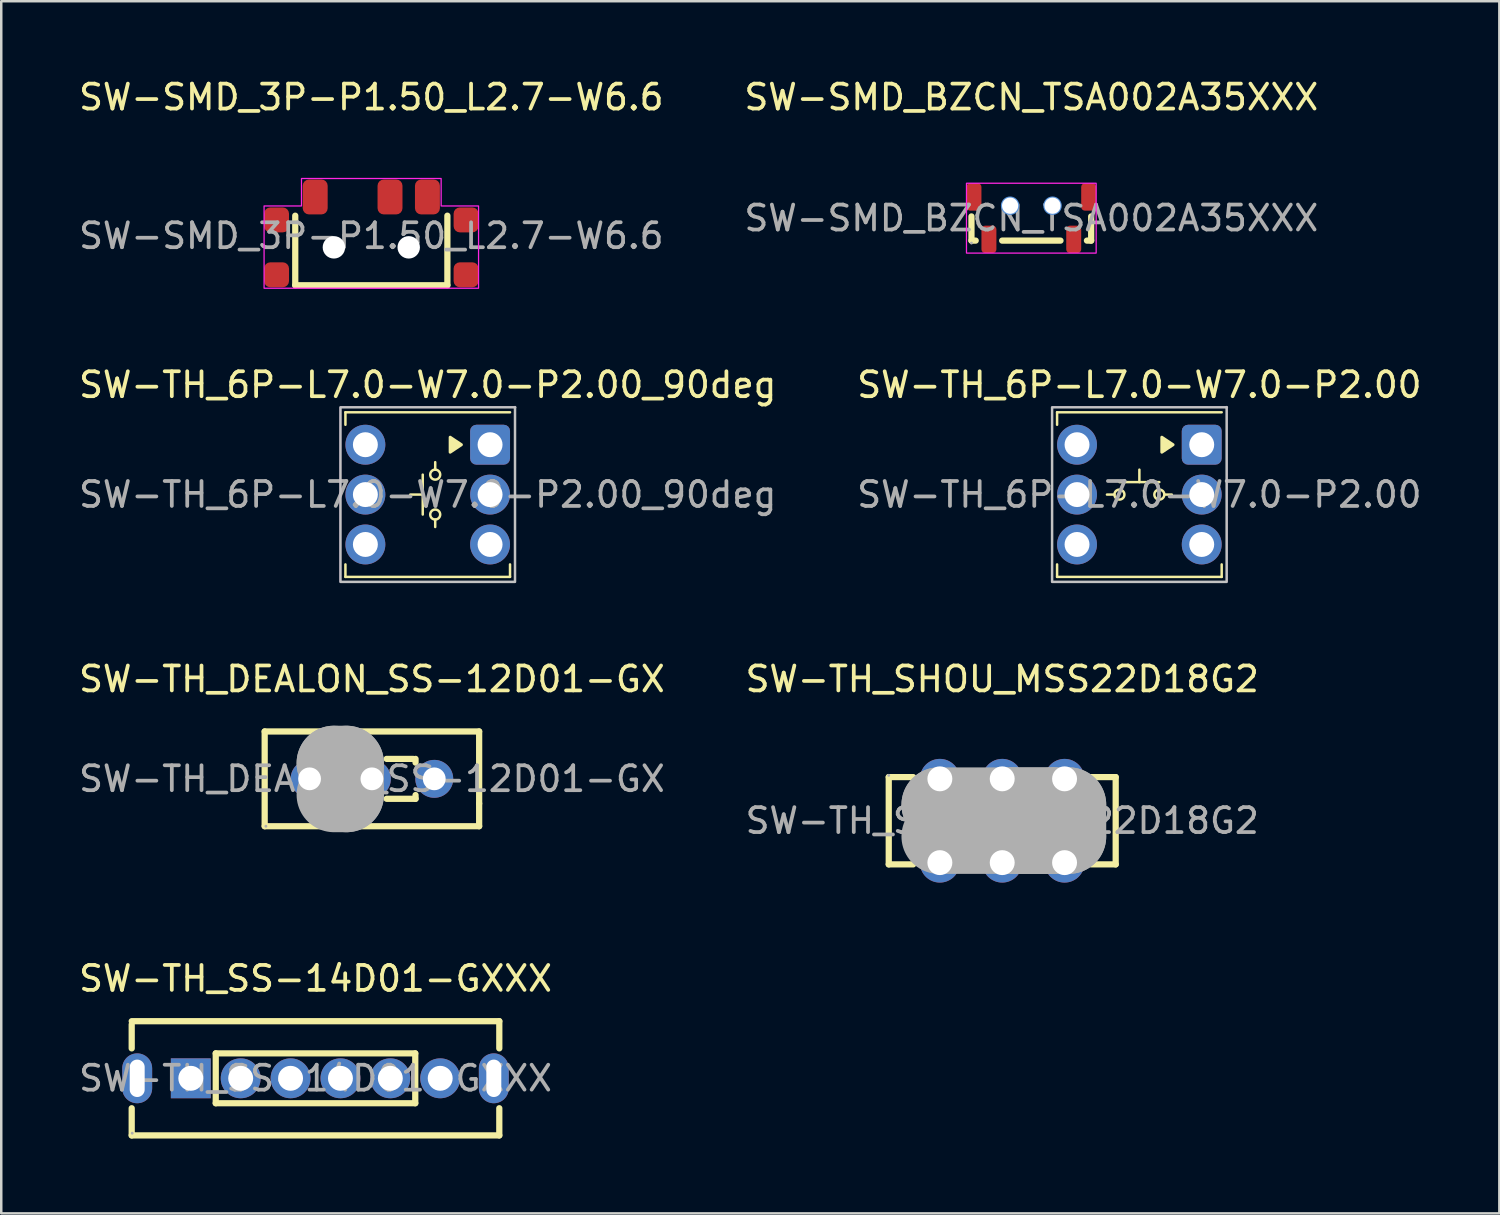
<source format=kicad_pcb>
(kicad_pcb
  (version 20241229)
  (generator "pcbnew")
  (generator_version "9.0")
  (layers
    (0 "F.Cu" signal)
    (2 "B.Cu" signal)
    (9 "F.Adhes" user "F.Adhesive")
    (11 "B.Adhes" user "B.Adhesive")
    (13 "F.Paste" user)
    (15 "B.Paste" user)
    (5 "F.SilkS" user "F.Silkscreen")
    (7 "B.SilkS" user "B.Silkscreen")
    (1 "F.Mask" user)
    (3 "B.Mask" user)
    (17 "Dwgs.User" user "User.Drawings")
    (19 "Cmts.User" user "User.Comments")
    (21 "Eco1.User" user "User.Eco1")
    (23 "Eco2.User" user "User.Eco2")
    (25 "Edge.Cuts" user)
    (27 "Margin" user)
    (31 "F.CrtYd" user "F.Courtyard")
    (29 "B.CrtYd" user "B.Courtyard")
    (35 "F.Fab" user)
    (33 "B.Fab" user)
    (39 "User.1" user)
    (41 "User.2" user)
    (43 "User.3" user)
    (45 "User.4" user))
  (footprint "SW-TH_6P-L7.0-W7.0-P2.00"
    (layer "F.Cu")
    (at 42.637 16.782)
    (property "Reference" "SW-TH_6P-L7.0-W7.0-P2.00" (at 0 -4.4 0) (layer "F.SilkS") (effects (font (size 1 1) (thickness 0.15))))
    (attr through_hole)
    (fp_line (start -3.3 -3.3) (end -3.3 -2.8) (stroke (width 0.1) (type default)) (layer "F.SilkS"))
    (fp_line (start -3.3 3.3) (end -3.3 2.8) (stroke (width 0.1) (type default)) (layer "F.SilkS"))
    (fp_line (start -3.3 3.3) (end 3.3 3.3) (stroke (width 0.1) (type default)) (layer "F.SilkS"))
    (fp_line (start -1 0) (end -1.3 0) (stroke (width 0.1) (type default)) (layer "F.SilkS"))
    (fp_line (start 0 -1) (end 0 -0.5) (stroke (width 0.1) (type default)) (layer "F.SilkS"))
    (fp_line (start 0.8 -0.5) (end -0.8 -0.5) (stroke (width 0.1) (type default)) (layer "F.SilkS"))
    (fp_line (start 1 0) (end 1.3 0) (stroke (width 0.1) (type default)) (layer "F.SilkS"))
    (fp_line (start 3.3 -3.3) (end -3.3 -3.3) (stroke (width 0.1) (type default)) (layer "F.SilkS"))
    (fp_line (start 3.3 3.3) (end 3.3 2.8) (stroke (width 0.1) (type default)) (layer "F.SilkS"))
    (fp_circle (center -0.8 0) (end -0.8 0.2) (stroke (width 0.1) (type default)) (fill no) (layer "F.SilkS"))
    (fp_circle (center 0.8 0) (end 0.8 0.2) (stroke (width 0.1) (type default)) (fill no) (layer "F.SilkS"))
    (fp_poly (pts (xy 0.9 -1.7) (xy 0.9 -2.3) (xy 1.35 -2)) (stroke (width 0.12) (type solid)) (fill yes) (layer "F.SilkS"))
    (fp_rect (start -3.5 -3.5) (end 3.5 3.5) (stroke (width 0.1) (type default)) (fill no) (layer "Dwgs.User"))
    (fp_rect (start -3.5 -3.5) (end 3.5 3.5) (stroke (width 0.05) (type default)) (fill no) (layer "F.CrtYd"))
    (fp_circle (center 3.5 -3.5) (end 3.53 -3.5) (stroke (width 0.06) (type solid)) (fill no) (layer "F.Fab"))
    (fp_text user "${REFERENCE}" (at 0 0 0) (layer "F.Fab") (effects (font (size 1 1) (thickness 0.15))))
    (pad "1" thru_hole roundrect (at 2.5 -2 90) (size 1.6 1.6) (drill 1) (layers "*.Cu" "*.Mask") (roundrect_rratio 0.156))
    (pad "2" thru_hole circle (at 2.5 0 90) (size 1.6 1.6) (drill 1) (layers "*.Cu" "*.Mask"))
    (pad "3" thru_hole circle (at 2.5 2 90) (size 1.6 1.6) (drill 1) (layers "*.Cu" "*.Mask"))
    (pad "4" thru_hole circle (at -2.5 -2 90) (size 1.6 1.6) (drill 1) (layers "*.Cu" "*.Mask"))
    (pad "5" thru_hole circle (at -2.5 0 90) (size 1.6 1.6) (drill 1) (layers "*.Cu" "*.Mask"))
    (pad "6" thru_hole circle (at -2.5 2 90) (size 1.6 1.6) (drill 1) (layers "*.Cu" "*.Mask")))
  (footprint "SW-TH_SHOU_MSS22D18G2"
    (layer "F.Cu")
    (at 37.137 29.86)
    (property "Reference" "SW-TH_SHOU_MSS22D18G2" (at 0 -5.68 0) (layer "F.SilkS") (effects (font (size 1 1) (thickness 0.15))))
    (attr through_hole)
    (fp_line (start -4.55 -1.75) (end -4.55 1.75) (stroke (width 0.25) (type solid)) (layer "F.SilkS"))
    (fp_line (start -4.55 -1.75) (end -3.57 -1.75) (stroke (width 0.25) (type solid)) (layer "F.SilkS"))
    (fp_line (start -4.55 1.75) (end -3.57 1.75) (stroke (width 0.25) (type solid)) (layer "F.SilkS"))
    (fp_line (start -1.51 -1.75) (end -1.03 -1.75) (stroke (width 0.25) (type solid)) (layer "F.SilkS"))
    (fp_line (start -1.51 1.75) (end -1.03 1.75) (stroke (width 0.25) (type solid)) (layer "F.SilkS"))
    (fp_line (start 1.03 -1.75) (end 1.51 -1.75) (stroke (width 0.25) (type solid)) (layer "F.SilkS"))
    (fp_line (start 1.03 1.75) (end 1.51 1.75) (stroke (width 0.25) (type solid)) (layer "F.SilkS"))
    (fp_line (start 3.57 -1.75) (end 4.55 -1.75) (stroke (width 0.25) (type solid)) (layer "F.SilkS"))
    (fp_line (start 3.57 1.75) (end 4.55 1.75) (stroke (width 0.25) (type solid)) (layer "F.SilkS"))
    (fp_line (start 4.55 -1.75) (end 4.55 1.75) (stroke (width 0.25) (type solid)) (layer "F.SilkS"))
    (fp_line (start -2.54 -0.64) (end -2.54 -0.64) (stroke (width 3) (type solid)) (layer "F.Fab"))
    (fp_line (start -2.54 -0.64) (end 2.67 -0.64) (stroke (width 3) (type solid)) (layer "F.Fab"))
    (fp_line (start 0.38 -0.64) (end 0.38 -0.64) (stroke (width 3) (type solid)) (layer "F.Fab"))
    (fp_line (start 0.38 -0.64) (end 2.03 -0.64) (stroke (width 3) (type solid)) (layer "F.Fab"))
    (fp_line (start 2.03 -0.64) (end 2.03 0.63) (stroke (width 3) (type solid)) (layer "F.Fab"))
    (fp_line (start 2.03 0.63) (end 0.38 0.63) (stroke (width 3) (type solid)) (layer "F.Fab"))
    (fp_line (start 2.67 -0.64) (end 2.67 0.63) (stroke (width 3) (type solid)) (layer "F.Fab"))
    (fp_line (start 2.67 0.63) (end -2.54 0.63) (stroke (width 3) (type solid)) (layer "F.Fab"))
    (fp_circle (center -4.55 -1.82) (end -4.52 -1.82) (stroke (width 0.06) (type solid)) (fill no) (layer "F.Fab"))
    (fp_text user "${REFERENCE}" (at 0 0 0) (layer "F.Fab") (effects (font (size 1 1) (thickness 0.15))))
    (pad "1" thru_hole circle (at -2.5 -1.68) (size 1.6 1.6) (drill 1) (layers "*.Cu" "*.Mask"))
    (pad "2" thru_hole circle (at 0 -1.68) (size 1.6 1.6) (drill 1) (layers "*.Cu" "*.Mask"))
    (pad "3" thru_hole circle (at 2.5 -1.68) (size 1.6 1.6) (drill 1) (layers "*.Cu" "*.Mask"))
    (pad "4" thru_hole circle (at -2.5 1.68) (size 1.6 1.6) (drill 1) (layers "*.Cu" "*.Mask"))
    (pad "5" thru_hole circle (at 0 1.68) (size 1.6 1.6) (drill 1) (layers "*.Cu" "*.Mask"))
    (pad "6" thru_hole circle (at 2.5 1.68) (size 1.6 1.6) (drill 1) (layers "*.Cu" "*.Mask")))
  (footprint "SW-TH_SS-14D01-GXXX"
    (layer "F.Cu")
    (at 9.601 40.188)
    (property "Reference" "SW-TH_SS-14D01-GXXX" (at 0 -4 0) (layer "F.SilkS") (effects (font (size 1 1) (thickness 0.15))))
    (attr through_hole)
    (fp_line (start -7.37 -2.16) (end -7.37 -1.2) (stroke (width 0.25) (type solid)) (layer "F.SilkS"))
    (fp_line (start -7.37 1.2) (end -7.37 2.29) (stroke (width 0.25) (type solid)) (layer "F.SilkS"))
    (fp_line (start -7.37 2.29) (end 7.37 2.29) (stroke (width 0.25) (type solid)) (layer "F.SilkS"))
    (fp_line (start -4 -1) (end -4 1) (stroke (width 0.25) (type solid)) (layer "F.SilkS"))
    (fp_line (start -4 1) (end 4 1) (stroke (width 0.25) (type solid)) (layer "F.SilkS"))
    (fp_line (start 4 -1) (end -4 -1) (stroke (width 0.25) (type solid)) (layer "F.SilkS"))
    (fp_line (start 4 1) (end 4 -1) (stroke (width 0.25) (type solid)) (layer "F.SilkS"))
    (fp_line (start 7.37 -2.29) (end -7.37 -2.29) (stroke (width 0.25) (type solid)) (layer "F.SilkS"))
    (fp_line (start 7.37 -1.2) (end 7.37 -2.29) (stroke (width 0.25) (type solid)) (layer "F.SilkS"))
    (fp_line (start 7.37 2.29) (end 7.37 1.2) (stroke (width 0.25) (type solid)) (layer "F.SilkS"))
    (fp_circle (center -7.35 2.2) (end -7.32 2.2) (stroke (width 0.06) (type solid)) (fill no) (layer "F.Fab"))
    (fp_text user "${REFERENCE}" (at 0 0 0) (layer "F.Fab") (effects (font (size 1 1) (thickness 0.15))))
    (pad "1" thru_hole rect (at -5 0) (size 1.6 1.6) (drill 1) (layers "*.Cu" "*.Mask"))
    (pad "2" thru_hole circle (at -3 0) (size 1.6 1.6) (drill 1) (layers "*.Cu" "*.Mask"))
    (pad "3" thru_hole circle (at -1 0) (size 1.6 1.6) (drill 1) (layers "*.Cu" "*.Mask"))
    (pad "4" thru_hole circle (at 1 0) (size 1.6 1.6) (drill 1) (layers "*.Cu" "*.Mask"))
    (pad "5" thru_hole circle (at 3 0) (size 1.6 1.6) (drill 1) (layers "*.Cu" "*.Mask"))
    (pad "6" thru_hole circle (at 5 0) (size 1.6 1.6) (drill 1) (layers "*.Cu" "*.Mask"))
    (pad "7" thru_hole oval (at 7.15 0) (size 1.2 2) (drill oval 0.6 1.5) (layers "*.Cu" "*.Mask"))
    (pad "8" thru_hole oval (at -7.15 0) (size 1.2 2) (drill oval 0.6 1.5) (layers "*.Cu" "*.Mask")))
  (footprint "SW-TH_6P-L7.0-W7.0-P2.00_90deg"
    (layer "F.Cu")
    (at 14.101 16.782)
    (property "Reference" "SW-TH_6P-L7.0-W7.0-P2.00_90deg" (at 0 -4.4 0) (layer "F.SilkS") (effects (font (size 1 1) (thickness 0.15))))
    (attr through_hole)
    (fp_line (start -3.3 -3.3) (end -3.3 -2.8) (stroke (width 0.1) (type default)) (layer "F.SilkS"))
    (fp_line (start -3.3 3.3) (end -3.3 2.8) (stroke (width 0.1) (type default)) (layer "F.SilkS"))
    (fp_line (start -3.3 3.3) (end 3.3 3.3) (stroke (width 0.1) (type default)) (layer "F.SilkS"))
    (fp_line (start -0.7 0) (end -0.2 0) (stroke (width 0.1) (type default)) (layer "F.SilkS"))
    (fp_line (start -0.2 -0.8) (end -0.2 0.8) (stroke (width 0.1) (type default)) (layer "F.SilkS"))
    (fp_line (start 0.3 -1) (end 0.3 -1.3) (stroke (width 0.1) (type default)) (layer "F.SilkS"))
    (fp_line (start 0.3 1) (end 0.3 1.3) (stroke (width 0.1) (type default)) (layer "F.SilkS"))
    (fp_line (start 3.3 -3.3) (end -3.3 -3.3) (stroke (width 0.1) (type default)) (layer "F.SilkS"))
    (fp_line (start 3.3 3.3) (end 3.3 2.8) (stroke (width 0.1) (type default)) (layer "F.SilkS"))
    (fp_circle (center 0.3 -0.8) (end 0.5 -0.8) (stroke (width 0.1) (type default)) (fill no) (layer "F.SilkS"))
    (fp_circle (center 0.3 0.8) (end 0.5 0.8) (stroke (width 0.1) (type default)) (fill no) (layer "F.SilkS"))
    (fp_poly (pts (xy 0.9 -1.7) (xy 0.9 -2.3) (xy 1.35 -2)) (stroke (width 0.12) (type solid)) (fill yes) (layer "F.SilkS"))
    (fp_rect (start -3.5 -3.5) (end 3.5 3.5) (stroke (width 0.1) (type default)) (fill no) (layer "Dwgs.User"))
    (fp_rect (start -3.5 -3.5) (end 3.5 3.5) (stroke (width 0.05) (type default)) (fill no) (layer "F.CrtYd"))
    (fp_circle (center 3.5 -3.5) (end 3.53 -3.5) (stroke (width 0.06) (type solid)) (fill no) (layer "F.Fab"))
    (fp_text user "${REFERENCE}" (at 0 0 0) (layer "F.Fab") (effects (font (size 1 1) (thickness 0.15))))
    (pad "1" thru_hole roundrect (at 2.5 -2 90) (size 1.6 1.6) (drill 1) (layers "*.Cu" "*.Mask") (roundrect_rratio 0.156))
    (pad "2" thru_hole circle (at 2.5 0 90) (size 1.6 1.6) (drill 1) (layers "*.Cu" "*.Mask"))
    (pad "3" thru_hole circle (at 2.5 2 90) (size 1.6 1.6) (drill 1) (layers "*.Cu" "*.Mask"))
    (pad "4" thru_hole circle (at -2.5 -2 90) (size 1.6 1.6) (drill 1) (layers "*.Cu" "*.Mask"))
    (pad "5" thru_hole circle (at -2.5 0 90) (size 1.6 1.6) (drill 1) (layers "*.Cu" "*.Mask"))
    (pad "6" thru_hole circle (at -2.5 2 90) (size 1.6 1.6) (drill 1) (layers "*.Cu" "*.Mask")))
  (footprint "SW-TH_DEALON_SS-12D01-GX"
    (layer "F.Cu")
    (at 11.863 28.18)
    (property "Reference" "SW-TH_DEALON_SS-12D01-GX" (at 0 -4 0) (layer "F.SilkS") (effects (font (size 1 1) (thickness 0.15))))
    (attr through_hole)
    (fp_line (start -4.3 -1.9) (end -4.3 1.9) (stroke (width 0.25) (type solid)) (layer "F.SilkS"))
    (fp_line (start -4.3 -1.9) (end 4.3 -1.9) (stroke (width 0.25) (type solid)) (layer "F.SilkS"))
    (fp_line (start -4.3 1.9) (end 4.3 1.9) (stroke (width 0.25) (type solid)) (layer "F.SilkS"))
    (fp_line (start -1.75 -0.8) (end -1.75 -0.65) (stroke (width 0.25) (type solid)) (layer "F.SilkS"))
    (fp_line (start -1.75 -0.8) (end -0.58 -0.8) (stroke (width 0.25) (type solid)) (layer "F.SilkS"))
    (fp_line (start -1.75 0.8) (end -1.75 0.65) (stroke (width 0.25) (type solid)) (layer "F.SilkS"))
    (fp_line (start -1.75 0.8) (end -0.58 0.8) (stroke (width 0.25) (type solid)) (layer "F.SilkS"))
    (fp_line (start 0.59 -0.8) (end 1.65 -0.8) (stroke (width 0.25) (type solid)) (layer "F.SilkS"))
    (fp_line (start 0.59 0.8) (end 1.75 0.8) (stroke (width 0.25) (type solid)) (layer "F.SilkS"))
    (fp_line (start 1.75 -0.8) (end 1.75 -0.65) (stroke (width 0.25) (type solid)) (layer "F.SilkS"))
    (fp_line (start 1.75 0.65) (end 1.75 0.8) (stroke (width 0.25) (type solid)) (layer "F.SilkS"))
    (fp_line (start 4.3 -1.9) (end 4.3 0.99) (stroke (width 0.25) (type solid)) (layer "F.SilkS"))
    (fp_line (start 4.3 0.99) (end 4.3 1.9) (stroke (width 0.25) (type solid)) (layer "F.SilkS"))
    (fp_line (start -1.52 -0.63) (end -1.52 -0.63) (stroke (width 3) (type solid)) (layer "F.Fab"))
    (fp_line (start -1.52 -0.63) (end -1.02 -0.63) (stroke (width 3) (type solid)) (layer "F.Fab"))
    (fp_line (start -1.02 -0.63) (end -1.02 0.64) (stroke (width 3) (type solid)) (layer "F.Fab"))
    (fp_line (start -1.02 0.64) (end -1.52 0.64) (stroke (width 3) (type solid)) (layer "F.Fab"))
    (fp_circle (center -4.25 1.9) (end -4.22 1.9) (stroke (width 0.06) (type solid)) (fill no) (layer "F.Fab"))
    (fp_text user "${REFERENCE}" (at 0 0 0) (layer "F.Fab") (effects (font (size 1 1) (thickness 0.15))))
    (pad "1" thru_hole circle (at -2.5 0) (size 1.52 1.52) (drill 0.914) (layers "*.Cu" "*.Mask"))
    (pad "2" thru_hole circle (at 0 0) (size 1.52 1.52) (drill 0.914) (layers "*.Cu" "*.Mask"))
    (pad "3" thru_hole circle (at 2.5 0) (size 1.52 1.52) (drill 0.914) (layers "*.Cu" "*.Mask")))
  (footprint "SW-SMD_BZCN_TSA002A35XXX"
    (layer "F.Cu")
    (at 38.304 5.698)
    (property "Reference" "SW-SMD_BZCN_TSA002A35XXX" (at 0 -4.85 0) (layer "F.SilkS") (effects (font (size 1 1) (thickness 0.15))))
    (attr smd)
    (fp_line (start -2.4 -0.07) (end -2.4 0.9) (stroke (width 0.25) (type solid)) (layer "F.SilkS"))
    (fp_line (start -2.23 0.9) (end -2.4 0.9) (stroke (width 0.25) (type solid)) (layer "F.SilkS"))
    (fp_line (start 1.17 0.9) (end -1.17 0.9) (stroke (width 0.25) (type solid)) (layer "F.SilkS"))
    (fp_line (start 2.4 -0.07) (end 2.4 0.9) (stroke (width 0.25) (type solid)) (layer "F.SilkS"))
    (fp_line (start 2.4 0.9) (end 2.23 0.9) (stroke (width 0.25) (type solid)) (layer "F.SilkS"))
    (fp_circle (center -0.85 -0.5) (end -0.73 -0.5) (stroke (width 0.25) (type solid)) (fill no) (layer "Cmts.User"))
    (fp_circle (center 0.85 -0.5) (end 0.97 -0.5) (stroke (width 0.25) (type solid)) (fill no) (layer "Cmts.User"))
    (fp_rect (start -2.6 -1.4) (end 2.6 1.4) (stroke (width 0.05) (type default)) (fill no) (layer "F.CrtYd"))
    (fp_circle (center -2.4 1) (end -2.37 1) (stroke (width 0.06) (type solid)) (fill no) (layer "F.Fab"))
    (fp_text user "${REFERENCE}" (at 0 0 0) (layer "F.Fab") (effects (font (size 1 1) (thickness 0.15))))
    (pad "" np_thru_hole circle (at -0.85 -0.5) (size 0.65 0.65) (drill 0.65) (layers "*.Cu" "*.Mask"))
    (pad "" np_thru_hole circle (at 0.85 -0.5) (size 0.65 0.65) (drill 0.65) (layers "*.Cu" "*.Mask"))
    (pad "1" smd roundrect (at -1.7 0.85) (size 0.6 1.1) (layers "F.Cu" "F.Mask" "F.Paste") (roundrect_rratio 0.25))
    (pad "2" smd roundrect (at 1.7 0.85) (size 0.6 1.1) (layers "F.Cu" "F.Mask" "F.Paste") (roundrect_rratio 0.25))
    (pad "3" smd roundrect (at 2.3 -0.85) (size 0.6 1.1) (layers "F.Cu" "F.Mask" "F.Paste") (roundrect_rratio 0.25))
    (pad "4" smd roundrect (at -2.3 -0.85) (size 0.6 1.1) (layers "F.Cu" "F.Mask" "F.Paste") (roundrect_rratio 0.25)))
  (footprint "SW-SMD_3P-P1.50_L2.7-W6.6"
    (layer "F.Cu")
    (at 11.839 6.408)
    (property "Reference" "SW-SMD_3P-P1.50_L2.7-W6.6" (at 0 -5.56 0) (layer "F.SilkS") (effects (font (size 1 1) (thickness 0.15))))
    (attr smd)
    (fp_line (start -3.05 1.98) (end -3.05 -0.81) (stroke (width 0.25) (type solid)) (layer "F.SilkS"))
    (fp_line (start -3.05 1.98) (end 3.05 1.98) (stroke (width 0.25) (type solid)) (layer "F.SilkS"))
    (fp_line (start 3.05 -0.81) (end 3.05 1.98) (stroke (width 0.25) (type solid)) (layer "F.SilkS"))
    (fp_circle (center -1.5 0.46) (end -1.31 0.46) (stroke (width 0.38) (type solid)) (fill no) (layer "Cmts.User"))
    (fp_circle (center 1.5 0.46) (end 1.69 0.46) (stroke (width 0.38) (type solid)) (fill no) (layer "Cmts.User"))
    (fp_poly (pts (xy -4.3 2.1) (xy 4.3 2.1) (xy 4.3 -1.2) (xy 2.8 -1.2) (xy 2.8 -2.3) (xy -2.8 -2.3) (xy -2.8 -1.2) (xy -4.3 -1.2)) (stroke (width 0.05) (type solid)) (fill no) (layer "F.CrtYd"))
    (fp_text user "${REFERENCE}" (at 0 0 0) (layer "F.Fab") (effects (font (size 1 1) (thickness 0.15))))
    (pad "" np_thru_hole circle (at -1.5 0.46) (size 0.9 0.9) (drill 0.9) (layers "*.Cu" "*.Mask"))
    (pad "" np_thru_hole circle (at 1.5 0.46) (size 0.9 0.9) (drill 0.9) (layers "*.Cu" "*.Mask"))
    (pad "1" smd roundrect (at -2.25 -1.56) (size 1 1.4) (layers "F.Cu" "F.Mask" "F.Paste") (roundrect_rratio 0.25))
    (pad "2" smd roundrect (at 0.75 -1.56) (size 1 1.4) (layers "F.Cu" "F.Mask" "F.Paste") (roundrect_rratio 0.25))
    (pad "3" smd roundrect (at 2.25 -1.56) (size 1 1.4) (layers "F.Cu" "F.Mask" "F.Paste") (roundrect_rratio 0.25))
    (pad "MP" smd roundrect (at -3.8 -0.64) (size 1 1) (layers "F.Cu" "F.Mask" "F.Paste") (roundrect_rratio 0.25))
    (pad "MP" smd roundrect (at -3.8 1.56) (size 1 1) (layers "F.Cu" "F.Mask" "F.Paste") (roundrect_rratio 0.25))
    (pad "MP" smd roundrect (at 3.8 -0.64) (size 1 1) (layers "F.Cu" "F.Mask" "F.Paste") (roundrect_rratio 0.25))
    (pad "MP" smd roundrect (at 3.8 1.56) (size 1 1) (layers "F.Cu" "F.Mask" "F.Paste") (roundrect_rratio 0.25)))
  (gr_rect
    (start -3 -3)
    (end 57.071 45.603)
    (stroke (width 0.1) (type default))
    (fill no)
    (layer "Edge.Cuts")))
</source>
